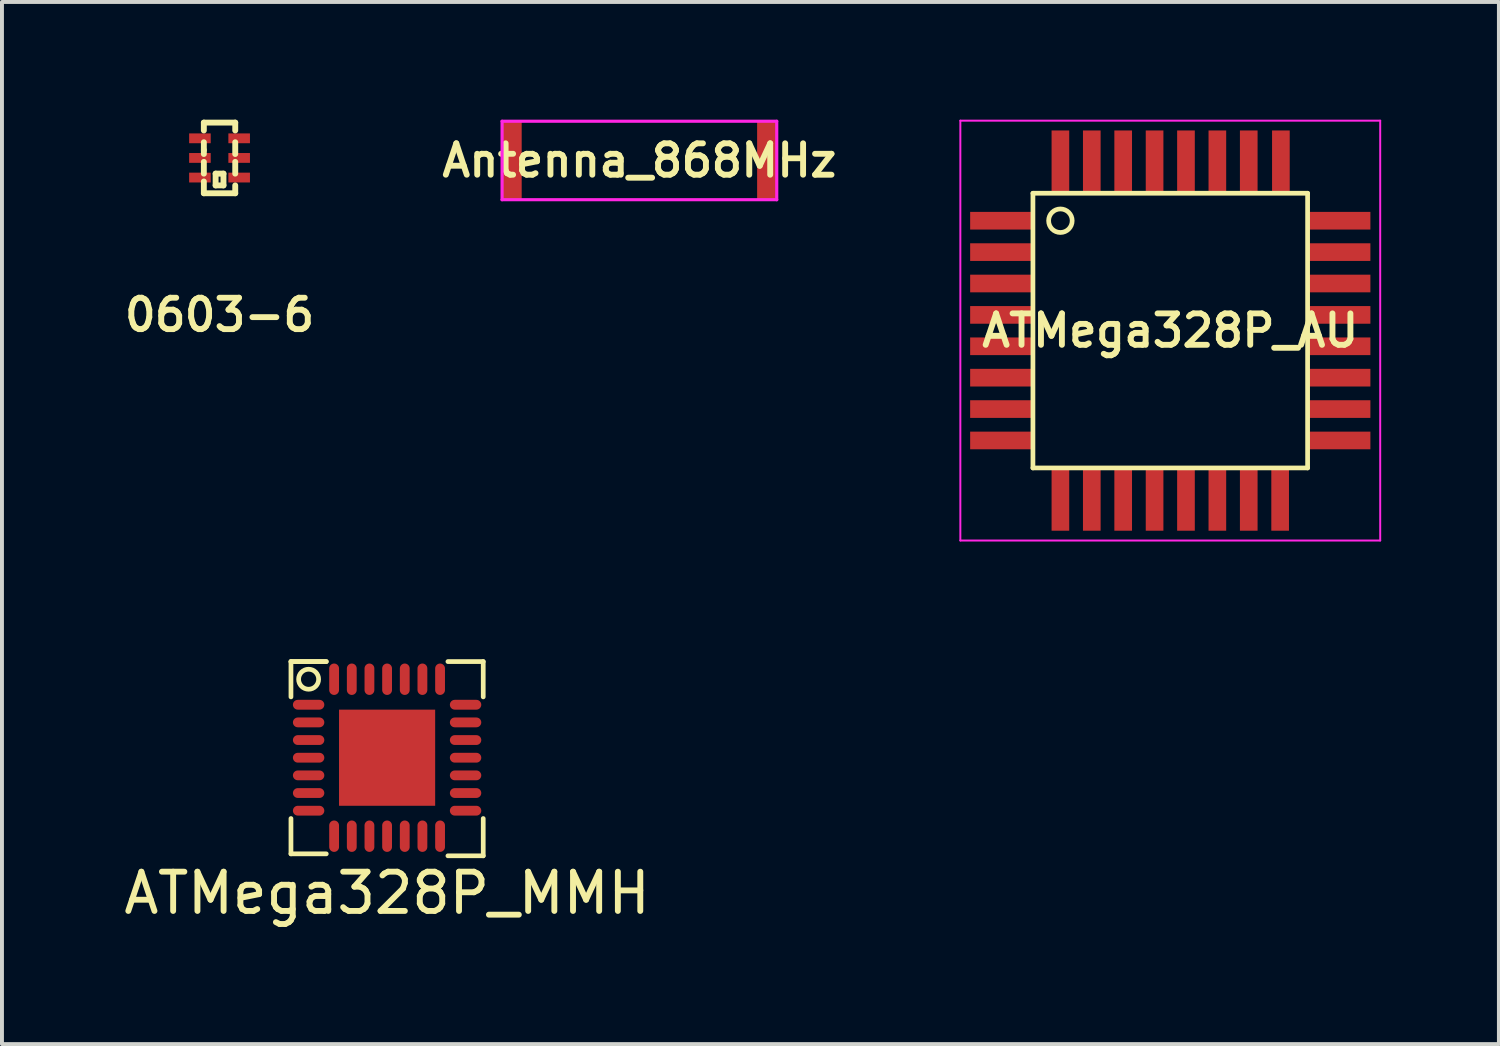
<source format=kicad_pcb>
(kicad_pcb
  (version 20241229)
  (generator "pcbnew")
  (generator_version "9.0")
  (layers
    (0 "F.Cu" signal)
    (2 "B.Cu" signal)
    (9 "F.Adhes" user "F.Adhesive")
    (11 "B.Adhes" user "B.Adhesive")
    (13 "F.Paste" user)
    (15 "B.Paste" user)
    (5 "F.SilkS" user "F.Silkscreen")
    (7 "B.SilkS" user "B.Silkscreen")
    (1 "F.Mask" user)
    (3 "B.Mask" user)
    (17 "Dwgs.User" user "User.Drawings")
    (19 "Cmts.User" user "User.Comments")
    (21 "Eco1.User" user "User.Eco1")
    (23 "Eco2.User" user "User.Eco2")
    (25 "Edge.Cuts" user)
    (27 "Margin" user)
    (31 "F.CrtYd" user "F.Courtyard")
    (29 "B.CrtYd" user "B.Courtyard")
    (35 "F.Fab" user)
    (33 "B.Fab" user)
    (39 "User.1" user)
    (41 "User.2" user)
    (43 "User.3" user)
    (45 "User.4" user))
  (footprint "Antenna_868MHz"
    (layer "F.Cu")
    (at 13.245 1.04)
    (property "Reference" "Antenna_868MHz" (at 0 0 0) (layer "F.SilkS") (effects (font (size 0.8 0.8) (thickness 0.15))))
    (attr through_hole)
    (fp_line (start -3.5 -1) (end -3.5 1) (stroke (width 0.08) (type solid)) (layer "F.CrtYd"))
    (fp_line (start -3.5 -1) (end 3.5 -1) (stroke (width 0.08) (type solid)) (layer "F.CrtYd"))
    (fp_line (start -3.5 1) (end 3.5 1) (stroke (width 0.08) (type solid)) (layer "F.CrtYd"))
    (fp_line (start 3.5 -1) (end 3.5 1) (stroke (width 0.08) (type solid)) (layer "F.CrtYd"))
    (pad "1" smd rect (at 3.25 0) (size 0.5 2) (layers "F.Cu" "F.Mask" "F.Paste"))
    (pad "2" smd rect (at -3.25 0) (size 0.5 2) (layers "F.Cu" "F.Mask" "F.Paste")))
  (footprint "ATMega328P_MMH"
    (layer "F.Cu")
    (at 6.815 16.26)
    (property "Reference" "ATMega328P_MMH" (at 0 3.45 0) (layer "F.SilkS") (effects (font (size 1 1) (thickness 0.15))))
    (attr through_hole)
    (fp_line (start -2.45 -2.45) (end -2.45 -1.55) (stroke (width 0.12) (type solid)) (layer "F.SilkS"))
    (fp_line (start -2.45 -2.45) (end -1.55 -2.45) (stroke (width 0.12) (type solid)) (layer "F.SilkS"))
    (fp_line (start -2.45 1.55) (end -2.45 2.45) (stroke (width 0.12) (type solid)) (layer "F.SilkS"))
    (fp_line (start -1.55 -2.45) (end -2.45 -2.45) (stroke (width 0.12) (type solid)) (layer "F.SilkS"))
    (fp_line (start -1.55 2.45) (end -2.45 2.45) (stroke (width 0.12) (type solid)) (layer "F.SilkS"))
    (fp_line (start 1.55 2.5) (end 2.45 2.5) (stroke (width 0.12) (type solid)) (layer "F.SilkS"))
    (fp_line (start 2.45 -2.45) (end 1.55 -2.45) (stroke (width 0.12) (type solid)) (layer "F.SilkS"))
    (fp_line (start 2.45 -1.55) (end 2.45 -2.45) (stroke (width 0.12) (type solid)) (layer "F.SilkS"))
    (fp_line (start 2.45 2.5) (end 2.45 1.55) (stroke (width 0.12) (type solid)) (layer "F.SilkS"))
    (fp_circle (center -2 -2) (end -1.75 -2.05) (stroke (width 0.12) (type solid)) (fill no) (layer "F.SilkS"))
    (pad "" smd rect (at 0 0 90) (size 2.45 2.45) (layers "F.Cu" "F.Mask" "F.Paste"))
    (pad "1" smd oval (at -2.3 -1.35) (size 0.8 0.25) (drill (offset 0.3 0)) (layers "F.Cu" "F.Mask" "F.Paste"))
    (pad "2" smd oval (at -2.3 -0.9) (size 0.8 0.25) (drill (offset 0.3 0)) (layers "F.Cu" "F.Mask" "F.Paste"))
    (pad "3" smd oval (at -2.3 -0.45) (size 0.8 0.25) (drill (offset 0.3 0)) (layers "F.Cu" "F.Mask" "F.Paste"))
    (pad "4" smd oval (at -2.3 0) (size 0.8 0.25) (drill (offset 0.3 0)) (layers "F.Cu" "F.Mask" "F.Paste"))
    (pad "5" smd oval (at -2.3 0.45) (size 0.8 0.25) (drill (offset 0.3 0)) (layers "F.Cu" "F.Mask" "F.Paste"))
    (pad "6" smd oval (at -2.3 0.9) (size 0.8 0.25) (drill (offset 0.3 0)) (layers "F.Cu" "F.Mask" "F.Paste"))
    (pad "7" smd oval (at -2.3 1.35) (size 0.8 0.25) (drill (offset 0.3 0)) (layers "F.Cu" "F.Mask" "F.Paste"))
    (pad "8" smd oval (at -1.35 2.3 90) (size 0.8 0.25) (drill (offset 0.3 0)) (layers "F.Cu" "F.Mask" "F.Paste"))
    (pad "9" smd oval (at -0.9 2.3 90) (size 0.8 0.25) (drill (offset 0.3 0)) (layers "F.Cu" "F.Mask" "F.Paste"))
    (pad "10" smd oval (at -0.45 2.3 90) (size 0.8 0.25) (drill (offset 0.3 0)) (layers "F.Cu" "F.Mask" "F.Paste"))
    (pad "11" smd oval (at 0 2.3 90) (size 0.8 0.25) (drill (offset 0.3 0)) (layers "F.Cu" "F.Mask" "F.Paste"))
    (pad "12" smd oval (at 0.45 2.3 90) (size 0.8 0.25) (drill (offset 0.3 0)) (layers "F.Cu" "F.Mask" "F.Paste"))
    (pad "13" smd oval (at 0.9 2.3 90) (size 0.8 0.25) (drill (offset 0.3 0)) (layers "F.Cu" "F.Mask" "F.Paste"))
    (pad "14" smd oval (at 1.35 2.3 90) (size 0.8 0.25) (drill (offset 0.3 0)) (layers "F.Cu" "F.Mask" "F.Paste"))
    (pad "15" smd oval (at 2.3 1.35) (size 0.8 0.25) (drill (offset -0.3 0)) (layers "F.Cu" "F.Mask" "F.Paste"))
    (pad "16" smd oval (at 2.3 0.9) (size 0.8 0.25) (drill (offset -0.3 0)) (layers "F.Cu" "F.Mask" "F.Paste"))
    (pad "17" smd oval (at 2.3 0.45) (size 0.8 0.25) (drill (offset -0.3 0)) (layers "F.Cu" "F.Mask" "F.Paste"))
    (pad "18" smd oval (at 2.3 0) (size 0.8 0.25) (drill (offset -0.3 0)) (layers "F.Cu" "F.Mask" "F.Paste"))
    (pad "19" smd oval (at 2.3 -0.45) (size 0.8 0.25) (drill (offset -0.3 0)) (layers "F.Cu" "F.Mask" "F.Paste"))
    (pad "20" smd oval (at 2.3 -0.9) (size 0.8 0.25) (drill (offset -0.3 0)) (layers "F.Cu" "F.Mask" "F.Paste"))
    (pad "21" smd oval (at 2.3 -1.35) (size 0.8 0.25) (drill (offset -0.3 0)) (layers "F.Cu" "F.Mask" "F.Paste"))
    (pad "22" smd oval (at 1.35 -2.3 90) (size 0.8 0.25) (drill (offset -0.3 0)) (layers "F.Cu" "F.Mask" "F.Paste"))
    (pad "23" smd oval (at 0.9 -2.3 90) (size 0.8 0.25) (drill (offset -0.3 0)) (layers "F.Cu" "F.Mask" "F.Paste"))
    (pad "24" smd oval (at 0.45 -2.3 90) (size 0.8 0.25) (drill (offset -0.3 0)) (layers "F.Cu" "F.Mask" "F.Paste"))
    (pad "25" smd oval (at 0 -2.3 90) (size 0.8 0.25) (drill (offset -0.3 0)) (layers "F.Cu" "F.Mask" "F.Paste"))
    (pad "26" smd oval (at -0.45 -2.3 90) (size 0.8 0.25) (drill (offset -0.3 0)) (layers "F.Cu" "F.Mask" "F.Paste"))
    (pad "27" smd oval (at -0.9 -2.3 90) (size 0.8 0.25) (drill (offset -0.3 0)) (layers "F.Cu" "F.Mask" "F.Paste"))
    (pad "28" smd oval (at -1.35 -2.3 90) (size 0.8 0.25) (drill (offset -0.3 0)) (layers "F.Cu" "F.Mask" "F.Paste")))
  (footprint "ATMega328P_AU"
    (layer "F.Cu")
    (at 26.774 5.375)
    (property "Reference" "ATMega328P_AU" (at 0 0 0) (layer "F.SilkS") (effects (font (size 0.8 0.8) (thickness 0.15))))
    (attr through_hole)
    (fp_line (start -3.5 -3.5) (end -3.5 3.5) (stroke (width 0.12) (type solid)) (layer "F.SilkS"))
    (fp_line (start -3.5 -3.5) (end 3.5 -3.5) (stroke (width 0.12) (type solid)) (layer "F.SilkS"))
    (fp_line (start -3.5 3.5) (end 3.5 3.5) (stroke (width 0.12) (type solid)) (layer "F.SilkS"))
    (fp_line (start 3.5 -3.5) (end 3.5 3.5) (stroke (width 0.12) (type solid)) (layer "F.SilkS"))
    (fp_circle (center -2.8 -2.8) (end -2.5 -2.8) (stroke (width 0.12) (type solid)) (fill no) (layer "F.SilkS"))
    (fp_line (start -5.35 -5.35) (end -5.35 5.35) (stroke (width 0.05) (type solid)) (layer "F.CrtYd"))
    (fp_line (start -5.35 -5.35) (end 5.35 -5.35) (stroke (width 0.05) (type solid)) (layer "F.CrtYd"))
    (fp_line (start -5.35 5.35) (end 5.35 5.35) (stroke (width 0.05) (type solid)) (layer "F.CrtYd"))
    (fp_line (start 5.35 -5.35) (end 5.35 5.35) (stroke (width 0.05) (type solid)) (layer "F.CrtYd"))
    (pad "1" smd rect (at -3.5 -2.8) (size 1.6 0.45) (drill (offset -0.8 0)) (layers "F.Cu" "F.Mask" "F.Paste"))
    (pad "2" smd rect (at -3.5 -2) (size 1.6 0.45) (drill (offset -0.8 0)) (layers "F.Cu" "F.Mask" "F.Paste"))
    (pad "3" smd rect (at -3.5 -1.2) (size 1.6 0.45) (drill (offset -0.8 0)) (layers "F.Cu" "F.Mask" "F.Paste"))
    (pad "4" smd rect (at -3.5 -0.4) (size 1.6 0.45) (drill (offset -0.8 0)) (layers "F.Cu" "F.Mask" "F.Paste"))
    (pad "5" smd rect (at -3.5 0.4) (size 1.6 0.45) (drill (offset -0.8 0)) (layers "F.Cu" "F.Mask" "F.Paste"))
    (pad "6" smd rect (at -3.5 1.2) (size 1.6 0.45) (drill (offset -0.8 0)) (layers "F.Cu" "F.Mask" "F.Paste"))
    (pad "7" smd rect (at -3.5 2) (size 1.6 0.45) (drill (offset -0.8 0)) (layers "F.Cu" "F.Mask" "F.Paste"))
    (pad "8" smd rect (at -3.5 2.8) (size 1.6 0.45) (drill (offset -0.8 0)) (layers "F.Cu" "F.Mask" "F.Paste"))
    (pad "9" smd rect (at -2.8 3.5) (size 0.45 1.6) (drill (offset 0 0.8)) (layers "F.Cu" "F.Mask" "F.Paste"))
    (pad "10" smd rect (at -2 3.5) (size 0.45 1.6) (drill (offset 0 0.8)) (layers "F.Cu" "F.Mask" "F.Paste"))
    (pad "11" smd rect (at -1.2 3.5) (size 0.45 1.6) (drill (offset 0 0.8)) (layers "F.Cu" "F.Mask" "F.Paste"))
    (pad "12" smd rect (at -0.4 3.5) (size 0.45 1.6) (drill (offset 0 0.8)) (layers "F.Cu" "F.Mask" "F.Paste"))
    (pad "13" smd rect (at 0.4 3.5) (size 0.45 1.6) (drill (offset 0 0.8)) (layers "F.Cu" "F.Mask" "F.Paste"))
    (pad "14" smd rect (at 1.2 3.5) (size 0.45 1.6) (drill (offset 0 0.8)) (layers "F.Cu" "F.Mask" "F.Paste"))
    (pad "15" smd rect (at 2 3.5) (size 0.45 1.6) (drill (offset 0 0.8)) (layers "F.Cu" "F.Mask" "F.Paste"))
    (pad "16" smd rect (at 2.8 3.5) (size 0.45 1.6) (drill (offset 0 0.8)) (layers "F.Cu" "F.Mask" "F.Paste"))
    (pad "17" smd rect (at 3.5 2.8) (size 1.6 0.45) (drill (offset 0.8 0)) (layers "F.Cu" "F.Mask" "F.Paste"))
    (pad "18" smd rect (at 3.5 2) (size 1.6 0.45) (drill (offset 0.8 0)) (layers "F.Cu" "F.Mask" "F.Paste"))
    (pad "19" smd rect (at 3.5 1.2) (size 1.6 0.45) (drill (offset 0.8 0)) (layers "F.Cu" "F.Mask" "F.Paste"))
    (pad "20" smd rect (at 3.5 0.4) (size 1.6 0.45) (drill (offset 0.8 0)) (layers "F.Cu" "F.Mask" "F.Paste"))
    (pad "21" smd rect (at 3.5 -0.4) (size 1.6 0.45) (drill (offset 0.8 0)) (layers "F.Cu" "F.Mask" "F.Paste"))
    (pad "22" smd rect (at 3.5 -1.2) (size 1.6 0.45) (drill (offset 0.8 0)) (layers "F.Cu" "F.Mask" "F.Paste"))
    (pad "23" smd rect (at 3.5 -2) (size 1.6 0.45) (drill (offset 0.8 0)) (layers "F.Cu" "F.Mask" "F.Paste"))
    (pad "24" smd rect (at 3.5 -2.8) (size 1.6 0.45) (drill (offset 0.8 0)) (layers "F.Cu" "F.Mask" "F.Paste"))
    (pad "25" smd rect (at 2.819 -3.5) (size 0.45 1.6) (drill (offset 0 -0.8)) (layers "F.Cu" "F.Mask" "F.Paste"))
    (pad "26" smd rect (at 2 -3.5) (size 0.45 1.6) (drill (offset 0 -0.8)) (layers "F.Cu" "F.Mask" "F.Paste"))
    (pad "27" smd rect (at 1.2 -3.5) (size 0.45 1.6) (drill (offset 0 -0.8)) (layers "F.Cu" "F.Mask" "F.Paste"))
    (pad "28" smd rect (at 0.4 -3.5) (size 0.45 1.6) (drill (offset 0 -0.8)) (layers "F.Cu" "F.Mask" "F.Paste"))
    (pad "29" smd rect (at -0.4 -3.5) (size 0.45 1.6) (drill (offset 0 -0.8)) (layers "F.Cu" "F.Mask" "F.Paste"))
    (pad "30" smd rect (at -1.2 -3.5) (size 0.45 1.6) (drill (offset 0 -0.8)) (layers "F.Cu" "F.Mask" "F.Paste"))
    (pad "31" smd rect (at -2 -3.5) (size 0.45 1.6) (drill (offset 0 -0.8)) (layers "F.Cu" "F.Mask" "F.Paste"))
    (pad "32" smd rect (at -2.8 -3.5) (size 0.45 1.6) (drill (offset 0 -0.8)) (layers "F.Cu" "F.Mask" "F.Paste")))
  (footprint "0603-6"
    (layer "F.Cu")
    (at 2.545 0.975)
    (property "Reference" "0603-6" (at 0 4 0) (layer "F.SilkS") (effects (font (size 0.8 0.8) (thickness 0.15))))
    (attr smd)
    (fp_line (start -0.4 -0.9) (end -0.4 -0.7) (stroke (width 0.15) (type solid)) (layer "F.SilkS"))
    (fp_line (start -0.4 -0.9) (end 0.4 -0.9) (stroke (width 0.15) (type solid)) (layer "F.SilkS"))
    (fp_line (start -0.4 -0.4) (end -0.4 -0.2) (stroke (width 0.15) (type solid)) (layer "F.SilkS"))
    (fp_line (start -0.4 -0.2) (end -0.4 -0.1) (stroke (width 0.15) (type solid)) (layer "F.SilkS"))
    (fp_line (start -0.4 0.1) (end -0.4 0.4) (stroke (width 0.15) (type solid)) (layer "F.SilkS"))
    (fp_line (start -0.4 0.6) (end -0.4 0.9) (stroke (width 0.15) (type solid)) (layer "F.SilkS"))
    (fp_line (start -0.4 0.9) (end 0.4 0.9) (stroke (width 0.15) (type solid)) (layer "F.SilkS"))
    (fp_line (start -0.1 0.4) (end -0.1 0.7) (stroke (width 0.15) (type solid)) (layer "F.SilkS"))
    (fp_line (start -0.1 0.7) (end 0.1 0.7) (stroke (width 0.15) (type solid)) (layer "F.SilkS"))
    (fp_line (start 0.1 0.4) (end -0.1 0.4) (stroke (width 0.15) (type solid)) (layer "F.SilkS"))
    (fp_line (start 0.1 0.7) (end 0.1 0.4) (stroke (width 0.15) (type solid)) (layer "F.SilkS"))
    (fp_line (start 0.4 -0.9) (end 0.4 -0.7) (stroke (width 0.15) (type solid)) (layer "F.SilkS"))
    (fp_line (start 0.4 -0.4) (end 0.4 -0.1) (stroke (width 0.15) (type solid)) (layer "F.SilkS"))
    (fp_line (start 0.4 0.1) (end 0.4 0.4) (stroke (width 0.15) (type solid)) (layer "F.SilkS"))
    (fp_line (start 0.4 0.9) (end 0.4 0.7) (stroke (width 0.15) (type solid)) (layer "F.SilkS"))
    (pad "1" smd rect (at -0.5 -0.5) (size 0.55 0.25) (layers "F.Cu" "F.Mask" "F.Paste"))
    (pad "2" smd rect (at -0.5 0) (size 0.55 0.25) (layers "F.Cu" "F.Mask" "F.Paste"))
    (pad "3" smd rect (at -0.5 0.5) (size 0.55 0.25) (layers "F.Cu" "F.Mask" "F.Paste"))
    (pad "4" smd rect (at 0.5 0.5) (size 0.55 0.25) (layers "F.Cu" "F.Mask" "F.Paste"))
    (pad "5" smd rect (at 0.5 0) (size 0.55 0.25) (layers "F.Cu" "F.Mask" "F.Paste"))
    (pad "6" smd rect (at 0.5 -0.5) (size 0.55 0.25) (layers "F.Cu" "F.Mask" "F.Paste")))
  (gr_rect
    (start -3 -3)
    (end 35.149 23.558)
    (stroke (width 0.1) (type default))
    (fill no)
    (layer "Edge.Cuts")))
</source>
